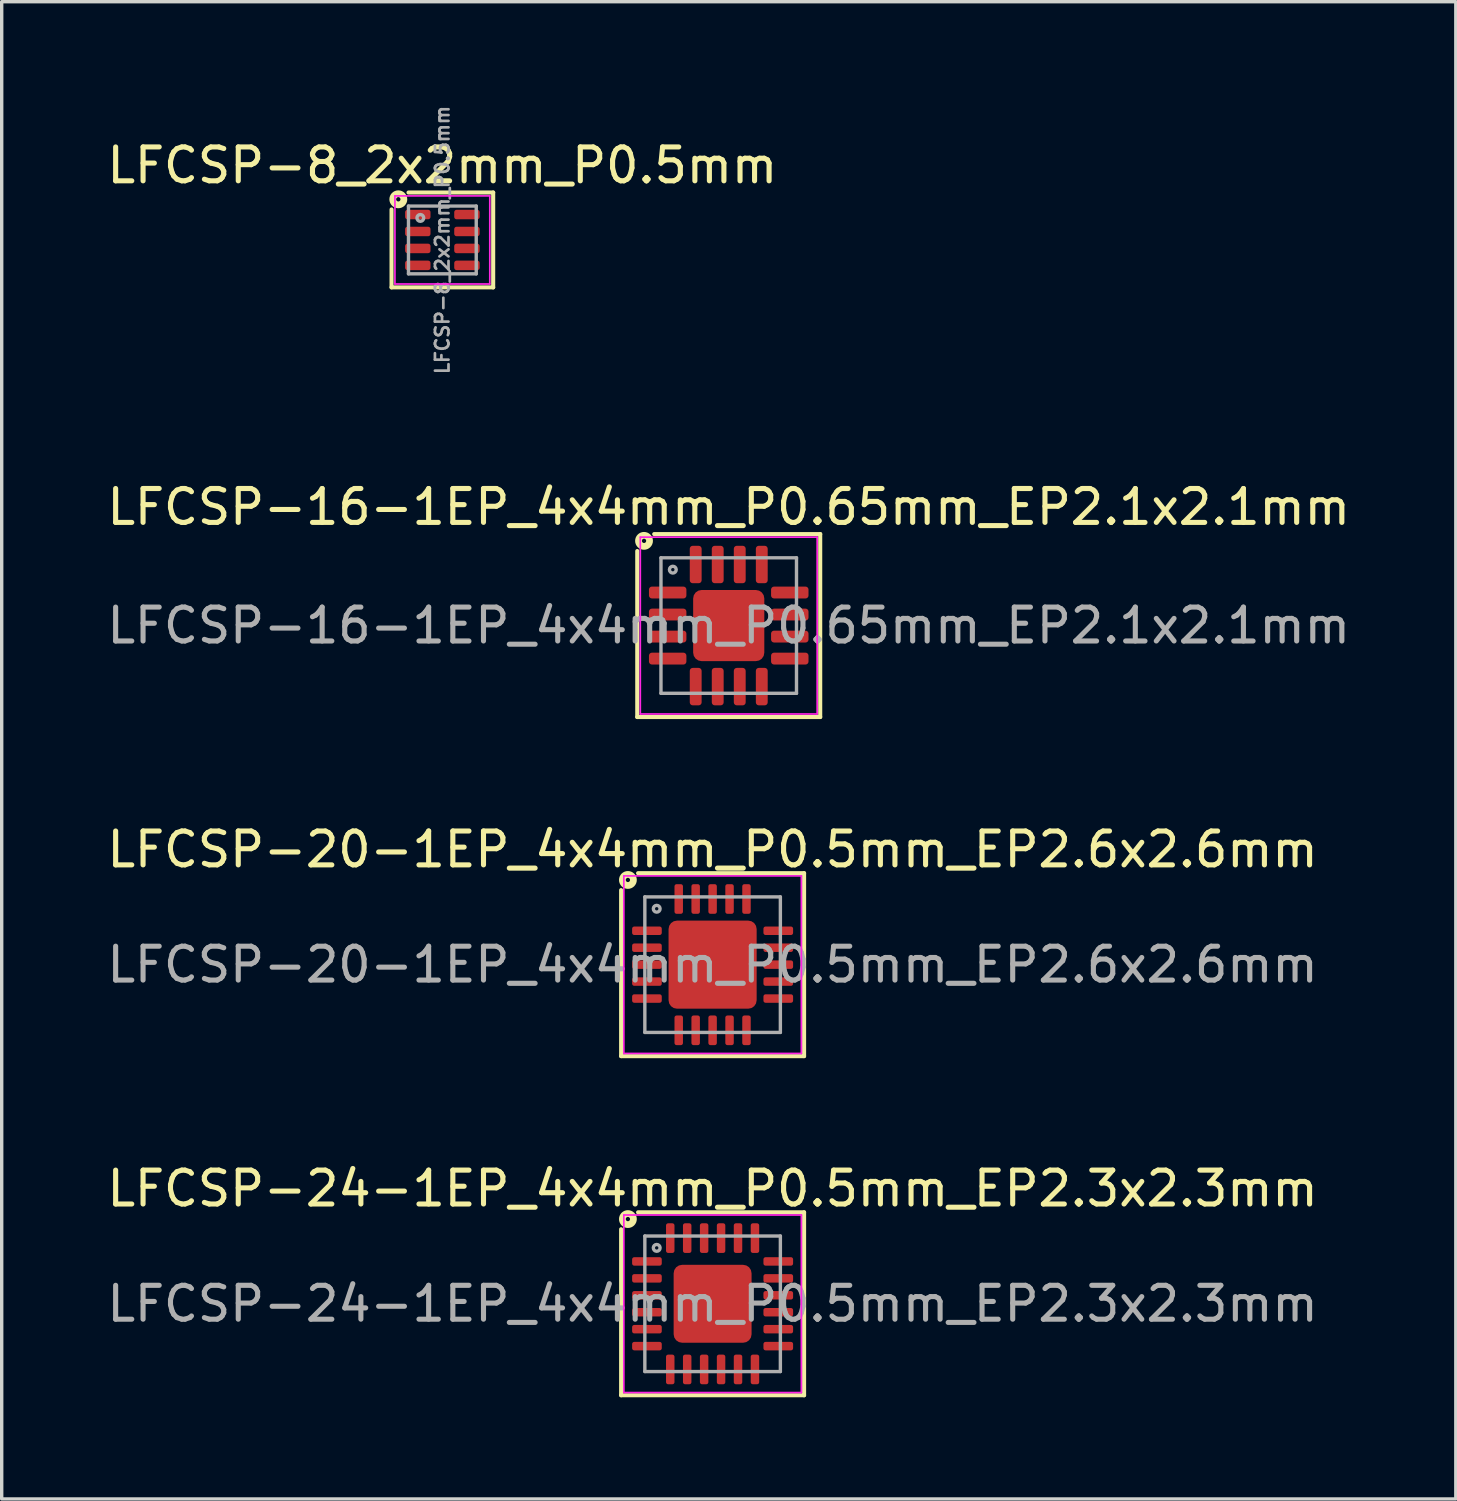
<source format=kicad_pcb>
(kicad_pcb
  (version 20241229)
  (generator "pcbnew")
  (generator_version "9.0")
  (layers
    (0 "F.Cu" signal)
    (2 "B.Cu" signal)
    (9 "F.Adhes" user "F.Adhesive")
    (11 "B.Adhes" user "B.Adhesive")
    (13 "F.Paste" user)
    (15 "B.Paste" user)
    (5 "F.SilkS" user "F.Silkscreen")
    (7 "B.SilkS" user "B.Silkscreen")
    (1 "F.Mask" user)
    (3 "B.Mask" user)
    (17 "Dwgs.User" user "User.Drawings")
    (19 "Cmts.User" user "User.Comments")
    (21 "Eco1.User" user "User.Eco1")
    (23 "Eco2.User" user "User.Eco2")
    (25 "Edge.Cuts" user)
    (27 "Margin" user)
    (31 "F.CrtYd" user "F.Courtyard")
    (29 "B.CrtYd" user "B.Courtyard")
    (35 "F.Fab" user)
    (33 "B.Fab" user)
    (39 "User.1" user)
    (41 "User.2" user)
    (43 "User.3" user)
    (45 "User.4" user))
  (footprint "LFCSP-20-1EP_4x4mm_P0.5mm_EP2.6x2.6mm"
    (layer "F.Cu")
    (at 17.982 25.421)
    (property "Reference" "LFCSP-20-1EP_4x4mm_P0.5mm_EP2.6x2.6mm" (at 0 -3.4 0) (layer "F.SilkS") (effects (font (size 1 1) (thickness 0.15))))
    (attr smd)
    (fp_line (start -2.7 2.7) (end -2.7 -2.2) (stroke (width 0.12) (type solid)) (layer "F.SilkS"))
    (fp_line (start 2.7 -2.7) (end -2.2 -2.7) (stroke (width 0.12) (type solid)) (layer "F.SilkS"))
    (fp_line (start 2.7 -2.7) (end 2.7 2.7) (stroke (width 0.12) (type solid)) (layer "F.SilkS"))
    (fp_line (start 2.7 2.7) (end -2.7 2.7) (stroke (width 0.12) (type solid)) (layer "F.SilkS"))
    (fp_circle (center -2.5 -2.5) (end -2.437 -2.5) (stroke (width 0.2) (type solid)) (fill no) (layer "F.SilkS"))
    (fp_line (start -2.62 -2.62) (end -2.62 2.62) (stroke (width 0.05) (type solid)) (layer "F.CrtYd"))
    (fp_line (start -2.62 2.62) (end 2.62 2.62) (stroke (width 0.05) (type solid)) (layer "F.CrtYd"))
    (fp_line (start 2.62 -2.62) (end -2.62 -2.62) (stroke (width 0.05) (type solid)) (layer "F.CrtYd"))
    (fp_line (start 2.62 2.62) (end 2.62 -2.62) (stroke (width 0.05) (type solid)) (layer "F.CrtYd"))
    (fp_line (start -2 -2) (end 2 -2) (stroke (width 0.1) (type solid)) (layer "F.Fab"))
    (fp_line (start -2 2) (end -2 -2) (stroke (width 0.1) (type solid)) (layer "F.Fab"))
    (fp_line (start 2 -2) (end 2 2) (stroke (width 0.1) (type solid)) (layer "F.Fab"))
    (fp_line (start 2 2) (end -2 2) (stroke (width 0.1) (type solid)) (layer "F.Fab"))
    (fp_circle (center -1.65 -1.65) (end -1.55 -1.65) (stroke (width 0.1) (type solid)) (fill no) (layer "F.Fab"))
    (fp_text user "${REFERENCE}" (at 0 0 0) (layer "F.Fab") (effects (font (size 1 1) (thickness 0.15))))
    (pad "" smd roundrect (at -0.65 -0.65) (size 1.05 1.05) (layers "F.Paste") (roundrect_rratio 0.238))
    (pad "" smd roundrect (at -0.65 0.65) (size 1.05 1.05) (layers "F.Paste") (roundrect_rratio 0.238))
    (pad "" smd roundrect (at 0.65 -0.65) (size 1.05 1.05) (layers "F.Paste") (roundrect_rratio 0.238))
    (pad "" smd roundrect (at 0.65 0.65) (size 1.05 1.05) (layers "F.Paste") (roundrect_rratio 0.238))
    (pad "1" smd roundrect (at -1.938 -1) (size 0.875 0.25) (layers "F.Cu" "F.Mask" "F.Paste") (roundrect_rratio 0.25))
    (pad "2" smd roundrect (at -1.938 -0.5) (size 0.875 0.25) (layers "F.Cu" "F.Mask" "F.Paste") (roundrect_rratio 0.25))
    (pad "3" smd roundrect (at -1.938 0) (size 0.875 0.25) (layers "F.Cu" "F.Mask" "F.Paste") (roundrect_rratio 0.25))
    (pad "4" smd roundrect (at -1.938 0.5) (size 0.875 0.25) (layers "F.Cu" "F.Mask" "F.Paste") (roundrect_rratio 0.25))
    (pad "5" smd roundrect (at -1.938 1) (size 0.875 0.25) (layers "F.Cu" "F.Mask" "F.Paste") (roundrect_rratio 0.25))
    (pad "6" smd roundrect (at -1 1.938) (size 0.25 0.875) (layers "F.Cu" "F.Mask" "F.Paste") (roundrect_rratio 0.25))
    (pad "7" smd roundrect (at -0.5 1.938) (size 0.25 0.875) (layers "F.Cu" "F.Mask" "F.Paste") (roundrect_rratio 0.25))
    (pad "8" smd roundrect (at 0 1.938) (size 0.25 0.875) (layers "F.Cu" "F.Mask" "F.Paste") (roundrect_rratio 0.25))
    (pad "9" smd roundrect (at 0.5 1.938) (size 0.25 0.875) (layers "F.Cu" "F.Mask" "F.Paste") (roundrect_rratio 0.25))
    (pad "10" smd roundrect (at 1 1.938) (size 0.25 0.875) (layers "F.Cu" "F.Mask" "F.Paste") (roundrect_rratio 0.25))
    (pad "11" smd roundrect (at 1.938 1) (size 0.875 0.25) (layers "F.Cu" "F.Mask" "F.Paste") (roundrect_rratio 0.25))
    (pad "12" smd roundrect (at 1.938 0.5) (size 0.875 0.25) (layers "F.Cu" "F.Mask" "F.Paste") (roundrect_rratio 0.25))
    (pad "13" smd roundrect (at 1.938 0) (size 0.875 0.25) (layers "F.Cu" "F.Mask" "F.Paste") (roundrect_rratio 0.25))
    (pad "14" smd roundrect (at 1.938 -0.5) (size 0.875 0.25) (layers "F.Cu" "F.Mask" "F.Paste") (roundrect_rratio 0.25))
    (pad "15" smd roundrect (at 1.938 -1) (size 0.875 0.25) (layers "F.Cu" "F.Mask" "F.Paste") (roundrect_rratio 0.25))
    (pad "16" smd roundrect (at 1 -1.938) (size 0.25 0.875) (layers "F.Cu" "F.Mask" "F.Paste") (roundrect_rratio 0.25))
    (pad "17" smd roundrect (at 0.5 -1.938) (size 0.25 0.875) (layers "F.Cu" "F.Mask" "F.Paste") (roundrect_rratio 0.25))
    (pad "18" smd roundrect (at 0 -1.938) (size 0.25 0.875) (layers "F.Cu" "F.Mask" "F.Paste") (roundrect_rratio 0.25))
    (pad "19" smd roundrect (at -0.5 -1.938) (size 0.25 0.875) (layers "F.Cu" "F.Mask" "F.Paste") (roundrect_rratio 0.25))
    (pad "20" smd roundrect (at -1 -1.938) (size 0.25 0.875) (layers "F.Cu" "F.Mask" "F.Paste") (roundrect_rratio 0.25))
    (pad "21" smd roundrect (at 0 0) (size 2.6 2.6) (layers "F.Cu" "F.Mask") (roundrect_rratio 0.096)))
  (footprint "LFCSP-16-1EP_4x4mm_P0.65mm_EP2.1x2.1mm"
    (layer "F.Cu")
    (at 18.458 15.413)
    (property "Reference" "LFCSP-16-1EP_4x4mm_P0.65mm_EP2.1x2.1mm" (at 0 -3.5 0) (layer "F.SilkS") (effects (font (size 1 1) (thickness 0.15))))
    (attr smd)
    (fp_line (start -2.7 2.7) (end -2.7 -2.2) (stroke (width 0.12) (type solid)) (layer "F.SilkS"))
    (fp_line (start 2.7 -2.7) (end -2.2 -2.7) (stroke (width 0.12) (type solid)) (layer "F.SilkS"))
    (fp_line (start 2.7 -2.7) (end 2.7 2.7) (stroke (width 0.12) (type solid)) (layer "F.SilkS"))
    (fp_line (start 2.7 2.7) (end -2.7 2.7) (stroke (width 0.12) (type solid)) (layer "F.SilkS"))
    (fp_circle (center -2.5 -2.5) (end -2.437 -2.5) (stroke (width 0.2) (type solid)) (fill no) (layer "F.SilkS"))
    (fp_line (start -2.61 -2.61) (end 2.61 -2.61) (stroke (width 0.05) (type solid)) (layer "F.CrtYd"))
    (fp_line (start -2.61 2.61) (end -2.61 -2.61) (stroke (width 0.05) (type solid)) (layer "F.CrtYd"))
    (fp_line (start 2.61 -2.61) (end 2.61 2.61) (stroke (width 0.05) (type solid)) (layer "F.CrtYd"))
    (fp_line (start 2.61 2.61) (end -2.61 2.61) (stroke (width 0.05) (type solid)) (layer "F.CrtYd"))
    (fp_line (start -2 -2) (end 2 -2) (stroke (width 0.1) (type solid)) (layer "F.Fab"))
    (fp_line (start -2 2) (end -2 -2) (stroke (width 0.1) (type solid)) (layer "F.Fab"))
    (fp_line (start 2 -2) (end 2 2) (stroke (width 0.1) (type solid)) (layer "F.Fab"))
    (fp_line (start 2 2) (end -2 2) (stroke (width 0.1) (type solid)) (layer "F.Fab"))
    (fp_circle (center -1.65 -1.65) (end -1.55 -1.65) (stroke (width 0.1) (type solid)) (fill no) (layer "F.Fab"))
    (fp_text user "${REFERENCE}" (at 0 0 0) (layer "F.Fab") (effects (font (size 1 1) (thickness 0.15))))
    (pad "" smd roundrect (at -0.525 -0.525) (size 0.9 0.9) (layers "F.Paste") (roundrect_rratio 0.25))
    (pad "" smd roundrect (at -0.525 0.525) (size 0.9 0.9) (layers "F.Paste") (roundrect_rratio 0.25))
    (pad "" smd roundrect (at 0.525 -0.525) (size 0.9 0.9) (layers "F.Paste") (roundrect_rratio 0.25))
    (pad "" smd roundrect (at 0.525 0.525) (size 0.9 0.9) (layers "F.Paste") (roundrect_rratio 0.25))
    (pad "1" smd roundrect (at -1.802 -0.975) (size 1.105 0.35) (layers "F.Cu" "F.Mask" "F.Paste") (roundrect_rratio 0.25))
    (pad "2" smd roundrect (at -1.802 -0.325) (size 1.105 0.35) (layers "F.Cu" "F.Mask" "F.Paste") (roundrect_rratio 0.25))
    (pad "3" smd roundrect (at -1.802 0.325) (size 1.105 0.35) (layers "F.Cu" "F.Mask" "F.Paste") (roundrect_rratio 0.25))
    (pad "4" smd roundrect (at -1.802 0.975) (size 1.105 0.35) (layers "F.Cu" "F.Mask" "F.Paste") (roundrect_rratio 0.25))
    (pad "5" smd roundrect (at -0.975 1.802) (size 0.35 1.105) (layers "F.Cu" "F.Mask" "F.Paste") (roundrect_rratio 0.25))
    (pad "6" smd roundrect (at -0.325 1.802) (size 0.35 1.105) (layers "F.Cu" "F.Mask" "F.Paste") (roundrect_rratio 0.25))
    (pad "7" smd roundrect (at 0.325 1.802) (size 0.35 1.105) (layers "F.Cu" "F.Mask" "F.Paste") (roundrect_rratio 0.25))
    (pad "8" smd roundrect (at 0.975 1.802) (size 0.35 1.105) (layers "F.Cu" "F.Mask" "F.Paste") (roundrect_rratio 0.25))
    (pad "9" smd roundrect (at 1.802 0.975) (size 1.105 0.35) (layers "F.Cu" "F.Mask" "F.Paste") (roundrect_rratio 0.25))
    (pad "10" smd roundrect (at 1.802 0.325) (size 1.105 0.35) (layers "F.Cu" "F.Mask" "F.Paste") (roundrect_rratio 0.25))
    (pad "11" smd roundrect (at 1.802 -0.325) (size 1.105 0.35) (layers "F.Cu" "F.Mask" "F.Paste") (roundrect_rratio 0.25))
    (pad "12" smd roundrect (at 1.802 -0.975) (size 1.105 0.35) (layers "F.Cu" "F.Mask" "F.Paste") (roundrect_rratio 0.25))
    (pad "13" smd roundrect (at 0.975 -1.802) (size 0.35 1.105) (layers "F.Cu" "F.Mask" "F.Paste") (roundrect_rratio 0.25))
    (pad "14" smd roundrect (at 0.325 -1.802) (size 0.35 1.105) (layers "F.Cu" "F.Mask" "F.Paste") (roundrect_rratio 0.25))
    (pad "15" smd roundrect (at -0.325 -1.802) (size 0.35 1.105) (layers "F.Cu" "F.Mask" "F.Paste") (roundrect_rratio 0.25))
    (pad "16" smd roundrect (at -0.975 -1.802) (size 0.35 1.105) (layers "F.Cu" "F.Mask" "F.Paste") (roundrect_rratio 0.25))
    (pad "17" smd roundrect (at 0 0) (size 2.1 2.1) (layers "F.Cu" "F.Mask") (roundrect_rratio 0.119)))
  (footprint "LFCSP-24-1EP_4x4mm_P0.5mm_EP2.3x2.3mm"
    (layer "F.Cu")
    (at 17.982 35.43)
    (property "Reference" "LFCSP-24-1EP_4x4mm_P0.5mm_EP2.3x2.3mm" (at 0 -3.4 0) (layer "F.SilkS") (effects (font (size 1 1) (thickness 0.15))))
    (attr smd)
    (fp_line (start -2.7 2.7) (end -2.7 -2.2) (stroke (width 0.12) (type solid)) (layer "F.SilkS"))
    (fp_line (start 2.7 -2.7) (end -2.2 -2.7) (stroke (width 0.12) (type solid)) (layer "F.SilkS"))
    (fp_line (start 2.7 -2.7) (end 2.7 2.7) (stroke (width 0.12) (type solid)) (layer "F.SilkS"))
    (fp_line (start 2.7 2.7) (end -2.7 2.7) (stroke (width 0.12) (type solid)) (layer "F.SilkS"))
    (fp_circle (center -2.5 -2.5) (end -2.437 -2.5) (stroke (width 0.2) (type solid)) (fill no) (layer "F.SilkS"))
    (fp_line (start -2.62 -2.62) (end -2.62 2.62) (stroke (width 0.05) (type solid)) (layer "F.CrtYd"))
    (fp_line (start -2.62 2.62) (end 2.62 2.62) (stroke (width 0.05) (type solid)) (layer "F.CrtYd"))
    (fp_line (start 2.62 -2.62) (end -2.62 -2.62) (stroke (width 0.05) (type solid)) (layer "F.CrtYd"))
    (fp_line (start 2.62 2.62) (end 2.62 -2.62) (stroke (width 0.05) (type solid)) (layer "F.CrtYd"))
    (fp_line (start -2 -2) (end 2 -2) (stroke (width 0.1) (type solid)) (layer "F.Fab"))
    (fp_line (start -2 2) (end -2 -2) (stroke (width 0.1) (type solid)) (layer "F.Fab"))
    (fp_line (start 2 -2) (end 2 2) (stroke (width 0.1) (type solid)) (layer "F.Fab"))
    (fp_line (start 2 2) (end -2 2) (stroke (width 0.1) (type solid)) (layer "F.Fab"))
    (fp_circle (center -1.65 -1.65) (end -1.55 -1.65) (stroke (width 0.1) (type solid)) (fill no) (layer "F.Fab"))
    (fp_text user "${REFERENCE}" (at 0 0 0) (layer "F.Fab") (effects (font (size 1 1) (thickness 0.15))))
    (pad "" smd roundrect (at -0.575 -0.575) (size 0.93 0.93) (layers "F.Paste") (roundrect_rratio 0.25))
    (pad "" smd roundrect (at -0.575 0.575) (size 0.93 0.93) (layers "F.Paste") (roundrect_rratio 0.25))
    (pad "" smd roundrect (at 0.575 -0.575) (size 0.93 0.93) (layers "F.Paste") (roundrect_rratio 0.25))
    (pad "" smd roundrect (at 0.575 0.575) (size 0.93 0.93) (layers "F.Paste") (roundrect_rratio 0.25))
    (pad "1" smd roundrect (at -1.938 -1.25) (size 0.875 0.25) (layers "F.Cu" "F.Mask" "F.Paste") (roundrect_rratio 0.25))
    (pad "2" smd roundrect (at -1.938 -0.75) (size 0.875 0.25) (layers "F.Cu" "F.Mask" "F.Paste") (roundrect_rratio 0.25))
    (pad "3" smd roundrect (at -1.938 -0.25) (size 0.875 0.25) (layers "F.Cu" "F.Mask" "F.Paste") (roundrect_rratio 0.25))
    (pad "4" smd roundrect (at -1.938 0.25) (size 0.875 0.25) (layers "F.Cu" "F.Mask" "F.Paste") (roundrect_rratio 0.25))
    (pad "5" smd roundrect (at -1.938 0.75) (size 0.875 0.25) (layers "F.Cu" "F.Mask" "F.Paste") (roundrect_rratio 0.25))
    (pad "6" smd roundrect (at -1.938 1.25) (size 0.875 0.25) (layers "F.Cu" "F.Mask" "F.Paste") (roundrect_rratio 0.25))
    (pad "7" smd roundrect (at -1.25 1.938) (size 0.25 0.875) (layers "F.Cu" "F.Mask" "F.Paste") (roundrect_rratio 0.25))
    (pad "8" smd roundrect (at -0.75 1.938) (size 0.25 0.875) (layers "F.Cu" "F.Mask" "F.Paste") (roundrect_rratio 0.25))
    (pad "9" smd roundrect (at -0.25 1.938) (size 0.25 0.875) (layers "F.Cu" "F.Mask" "F.Paste") (roundrect_rratio 0.25))
    (pad "10" smd roundrect (at 0.25 1.938) (size 0.25 0.875) (layers "F.Cu" "F.Mask" "F.Paste") (roundrect_rratio 0.25))
    (pad "11" smd roundrect (at 0.75 1.938) (size 0.25 0.875) (layers "F.Cu" "F.Mask" "F.Paste") (roundrect_rratio 0.25))
    (pad "12" smd roundrect (at 1.25 1.938) (size 0.25 0.875) (layers "F.Cu" "F.Mask" "F.Paste") (roundrect_rratio 0.25))
    (pad "13" smd roundrect (at 1.938 1.25) (size 0.875 0.25) (layers "F.Cu" "F.Mask" "F.Paste") (roundrect_rratio 0.25))
    (pad "14" smd roundrect (at 1.938 0.75) (size 0.875 0.25) (layers "F.Cu" "F.Mask" "F.Paste") (roundrect_rratio 0.25))
    (pad "15" smd roundrect (at 1.938 0.25) (size 0.875 0.25) (layers "F.Cu" "F.Mask" "F.Paste") (roundrect_rratio 0.25))
    (pad "16" smd roundrect (at 1.938 -0.25) (size 0.875 0.25) (layers "F.Cu" "F.Mask" "F.Paste") (roundrect_rratio 0.25))
    (pad "17" smd roundrect (at 1.938 -0.75) (size 0.875 0.25) (layers "F.Cu" "F.Mask" "F.Paste") (roundrect_rratio 0.25))
    (pad "18" smd roundrect (at 1.938 -1.25) (size 0.875 0.25) (layers "F.Cu" "F.Mask" "F.Paste") (roundrect_rratio 0.25))
    (pad "19" smd roundrect (at 1.25 -1.938) (size 0.25 0.875) (layers "F.Cu" "F.Mask" "F.Paste") (roundrect_rratio 0.25))
    (pad "20" smd roundrect (at 0.75 -1.938) (size 0.25 0.875) (layers "F.Cu" "F.Mask" "F.Paste") (roundrect_rratio 0.25))
    (pad "21" smd roundrect (at 0.25 -1.938) (size 0.25 0.875) (layers "F.Cu" "F.Mask" "F.Paste") (roundrect_rratio 0.25))
    (pad "22" smd roundrect (at -0.25 -1.938) (size 0.25 0.875) (layers "F.Cu" "F.Mask" "F.Paste") (roundrect_rratio 0.25))
    (pad "23" smd roundrect (at -0.75 -1.938) (size 0.25 0.875) (layers "F.Cu" "F.Mask" "F.Paste") (roundrect_rratio 0.25))
    (pad "24" smd roundrect (at -1.25 -1.938) (size 0.25 0.875) (layers "F.Cu" "F.Mask" "F.Paste") (roundrect_rratio 0.25))
    (pad "25" smd roundrect (at 0 0) (size 2.3 2.3) (layers "F.Cu" "F.Mask") (roundrect_rratio 0.109)))
  (footprint "LFCSP-8_2x2mm_P0.5mm"
    (layer "F.Cu")
    (at 10.006 4.032)
    (property "Reference" "LFCSP-8_2x2mm_P0.5mm" (at 0 -2.2 0) (layer "F.SilkS") (effects (font (size 1 1) (thickness 0.15))))
    (attr smd)
    (fp_line (start -1.5 1.4) (end -1.5 -0.9) (stroke (width 0.12) (type solid)) (layer "F.SilkS"))
    (fp_line (start -1 -1.4) (end 1.5 -1.4) (stroke (width 0.12) (type solid)) (layer "F.SilkS"))
    (fp_line (start 1.5 -1.4) (end 1.5 1.4) (stroke (width 0.12) (type solid)) (layer "F.SilkS"))
    (fp_line (start 1.5 1.4) (end -1.5 1.4) (stroke (width 0.12) (type solid)) (layer "F.SilkS"))
    (fp_circle (center -1.3 -1.2) (end -1.236 -1.2) (stroke (width 0.2) (type solid)) (fill no) (layer "F.SilkS"))
    (fp_line (start -1.4 -1.3) (end 1.4 -1.3) (stroke (width 0.05) (type solid)) (layer "F.CrtYd"))
    (fp_line (start -1.4 1.3) (end -1.4 -1.3) (stroke (width 0.05) (type solid)) (layer "F.CrtYd"))
    (fp_line (start 1.4 -1.3) (end 1.4 1.3) (stroke (width 0.05) (type solid)) (layer "F.CrtYd"))
    (fp_line (start 1.4 1.3) (end -1.4 1.3) (stroke (width 0.05) (type solid)) (layer "F.CrtYd"))
    (fp_line (start -1 -1) (end -1 1) (stroke (width 0.1) (type solid)) (layer "F.Fab"))
    (fp_line (start -1 -1) (end 1 -1) (stroke (width 0.1) (type solid)) (layer "F.Fab"))
    (fp_line (start 1 1) (end -1 1) (stroke (width 0.1) (type solid)) (layer "F.Fab"))
    (fp_line (start 1 1) (end 1 -1) (stroke (width 0.1) (type solid)) (layer "F.Fab"))
    (fp_circle (center -0.65 -0.65) (end -0.55 -0.65) (stroke (width 0.1) (type solid)) (fill no) (layer "F.Fab"))
    (fp_text user "${REFERENCE}" (at 0 0 270) (layer "F.Fab") (effects (font (size 0.4 0.4) (thickness 0.08))))
    (pad "1" smd roundrect (at -0.725 -0.75) (size 0.75 0.28) (layers "F.Cu" "F.Mask" "F.Paste") (roundrect_rratio 0.25))
    (pad "2" smd roundrect (at -0.725 -0.25) (size 0.75 0.28) (layers "F.Cu" "F.Mask" "F.Paste") (roundrect_rratio 0.25))
    (pad "3" smd roundrect (at -0.725 0.25) (size 0.75 0.28) (layers "F.Cu" "F.Mask" "F.Paste") (roundrect_rratio 0.25))
    (pad "4" smd roundrect (at -0.725 0.75) (size 0.75 0.28) (layers "F.Cu" "F.Mask" "F.Paste") (roundrect_rratio 0.25))
    (pad "5" smd roundrect (at 0.725 0.75) (size 0.75 0.28) (layers "F.Cu" "F.Mask" "F.Paste") (roundrect_rratio 0.25))
    (pad "6" smd roundrect (at 0.725 0.25) (size 0.75 0.28) (layers "F.Cu" "F.Mask" "F.Paste") (roundrect_rratio 0.25))
    (pad "7" smd roundrect (at 0.725 -0.25) (size 0.75 0.28) (layers "F.Cu" "F.Mask" "F.Paste") (roundrect_rratio 0.25))
    (pad "8" smd roundrect (at 0.725 -0.75) (size 0.75 0.28) (layers "F.Cu" "F.Mask" "F.Paste") (roundrect_rratio 0.25)))
  (gr_rect
    (start -3 -3)
    (end 39.917 41.19)
    (stroke (width 0.1) (type default))
    (fill no)
    (layer "Edge.Cuts")))
</source>
